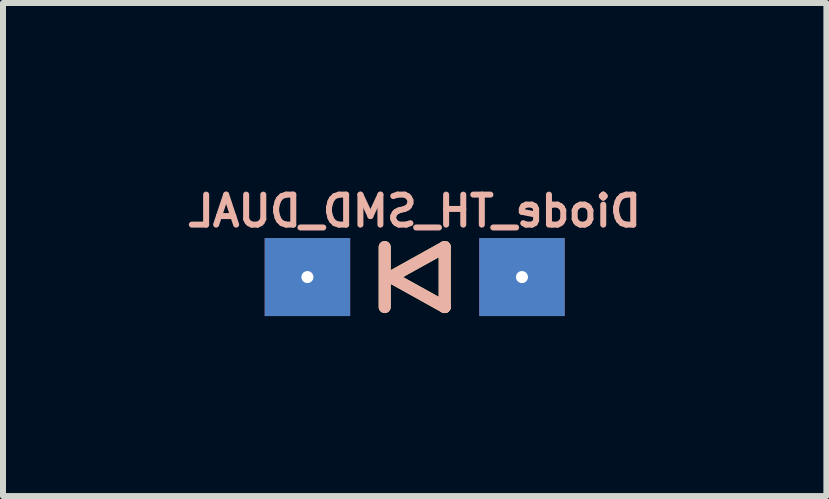
<source format=kicad_pcb>
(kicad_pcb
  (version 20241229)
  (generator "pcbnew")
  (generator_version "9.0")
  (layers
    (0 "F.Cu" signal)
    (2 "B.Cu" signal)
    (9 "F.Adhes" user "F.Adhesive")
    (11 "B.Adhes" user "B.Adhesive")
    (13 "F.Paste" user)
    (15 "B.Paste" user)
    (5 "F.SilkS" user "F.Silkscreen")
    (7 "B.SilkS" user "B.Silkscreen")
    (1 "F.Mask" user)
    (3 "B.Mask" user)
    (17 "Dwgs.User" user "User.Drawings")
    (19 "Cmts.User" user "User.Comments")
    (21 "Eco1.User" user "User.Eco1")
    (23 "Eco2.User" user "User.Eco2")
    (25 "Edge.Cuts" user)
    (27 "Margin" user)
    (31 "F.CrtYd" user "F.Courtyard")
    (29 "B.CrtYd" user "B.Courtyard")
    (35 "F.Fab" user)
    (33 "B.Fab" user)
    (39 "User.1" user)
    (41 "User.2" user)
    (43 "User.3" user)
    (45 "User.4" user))
  (footprint "Diode_TH_SMD_DUAL"
    (layer "F.Cu")
    (at 3.862 1.568)
    (property "Reference" "Diode_TH_SMD_DUAL" (at 0 -1.1 0) (layer "B.SilkS") (effects (font (size 0.5 0.5) (thickness 0.1) (bold yes)) (justify mirror)))
    (attr through_hole)
    (fp_line (start -0.5 -0.5) (end -0.5 0.5) (stroke (width 0.2) (type solid)) (layer "F.SilkS"))
    (fp_line (start -0.4 0) (end 0.5 -0.5) (stroke (width 0.2) (type solid)) (layer "F.SilkS"))
    (fp_line (start 0.5 -0.5) (end 0.5 0.5) (stroke (width 0.2) (type solid)) (layer "F.SilkS"))
    (fp_line (start 0.5 0.5) (end -0.4 0) (stroke (width 0.2) (type solid)) (layer "F.SilkS"))
    (fp_line (start -0.5 -0.5) (end -0.5 0.5) (stroke (width 0.2) (type solid)) (layer "B.SilkS"))
    (fp_line (start -0.4 0) (end 0.5 0.5) (stroke (width 0.2) (type solid)) (layer "B.SilkS"))
    (fp_line (start 0.5 -0.5) (end -0.4 0) (stroke (width 0.2) (type solid)) (layer "B.SilkS"))
    (fp_line (start 0.5 -0.5) (end 0.5 0.5) (stroke (width 0.2) (type solid)) (layer "B.SilkS"))
    (pad "1" thru_hole rect (at -1.788 0 180) (size 1.425 1.3) (drill 0.2) (layers "*.Cu" "*.Paste" "*.Mask"))
    (pad "2" thru_hole rect (at 1.788 0 180) (size 1.425 1.3) (drill 0.2) (layers "*.Cu" "*.Paste" "*.Mask")))
  (gr_rect
    (start -3 -3)
    (end 10.724 5.218)
    (stroke (width 0.1) (type default))
    (fill no)
    (layer "Edge.Cuts")))
</source>
